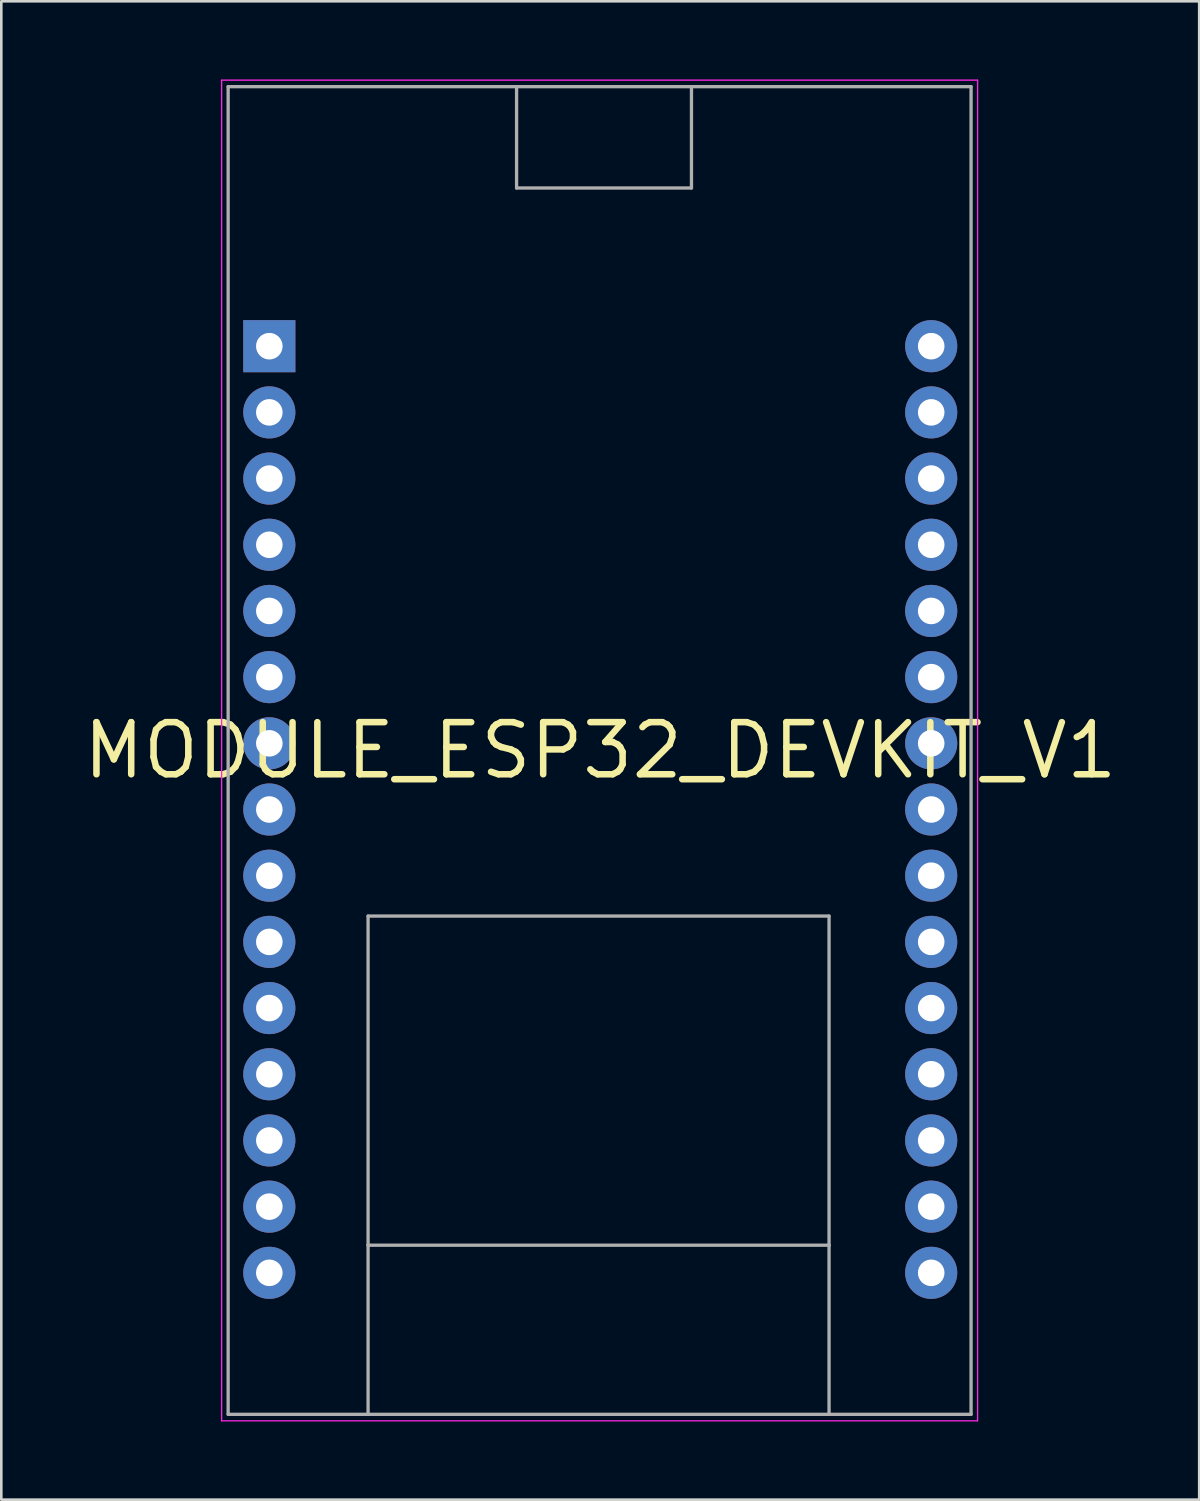
<source format=kicad_pcb>
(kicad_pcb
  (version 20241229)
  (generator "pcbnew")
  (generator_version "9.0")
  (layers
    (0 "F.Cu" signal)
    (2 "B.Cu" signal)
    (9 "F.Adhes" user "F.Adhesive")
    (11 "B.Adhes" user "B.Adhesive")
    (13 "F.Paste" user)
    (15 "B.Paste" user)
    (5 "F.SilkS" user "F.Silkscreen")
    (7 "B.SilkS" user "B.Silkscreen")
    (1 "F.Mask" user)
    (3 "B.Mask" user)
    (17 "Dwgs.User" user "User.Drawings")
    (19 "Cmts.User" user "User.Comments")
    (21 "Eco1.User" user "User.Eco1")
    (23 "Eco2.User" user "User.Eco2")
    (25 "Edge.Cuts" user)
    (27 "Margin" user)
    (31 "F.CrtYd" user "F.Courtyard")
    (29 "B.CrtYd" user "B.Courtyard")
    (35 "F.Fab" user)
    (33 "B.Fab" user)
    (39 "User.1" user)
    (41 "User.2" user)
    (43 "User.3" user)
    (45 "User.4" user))
  (footprint "MODULE_ESP32_DEVKIT_V1"
    (layer "F.Cu")
    (at 19.985 25.75)
    (property "Reference" "MODULE_ESP32_DEVKIT_V1" (at 0 0 180) (layer "F.SilkS") (effects (font (size 2 2) (thickness 0.25))))
    (attr through_hole)
    (fp_line (start -14.53 -25.725) (end -14.53 25.725) (stroke (width 0.05) (type solid)) (layer "F.CrtYd"))
    (fp_line (start -14.53 25.725) (end 14.48 25.725) (stroke (width 0.05) (type solid)) (layer "F.CrtYd"))
    (fp_line (start 14.48 -25.725) (end -14.53 -25.725) (stroke (width 0.05) (type solid)) (layer "F.CrtYd"))
    (fp_line (start 14.48 25.725) (end 14.48 -25.725) (stroke (width 0.05) (type solid)) (layer "F.CrtYd"))
    (fp_line (start -14.28 -25.475) (end -3.211 -25.475) (stroke (width 0.127) (type solid)) (layer "F.Fab"))
    (fp_line (start -14.28 25.475) (end -14.28 -25.475) (stroke (width 0.127) (type solid)) (layer "F.Fab"))
    (fp_line (start -14.28 25.475) (end -8.91 25.475) (stroke (width 0.127) (type solid)) (layer "F.Fab"))
    (fp_line (start -8.91 6.355) (end 8.78 6.355) (stroke (width 0.127) (type solid)) (layer "F.Fab"))
    (fp_line (start -8.91 18.985) (end -8.91 6.355) (stroke (width 0.127) (type solid)) (layer "F.Fab"))
    (fp_line (start -8.91 18.985) (end 8.78 18.985) (stroke (width 0.127) (type solid)) (layer "F.Fab"))
    (fp_line (start -8.91 25.475) (end -8.91 18.985) (stroke (width 0.127) (type solid)) (layer "F.Fab"))
    (fp_line (start -8.91 25.475) (end 8.78 25.475) (stroke (width 0.127) (type solid)) (layer "F.Fab"))
    (fp_line (start -3.211 -25.475) (end 3.5 -25.475) (stroke (width 0.127) (type solid)) (layer "F.Fab"))
    (fp_line (start -3.211 -21.585) (end -3.211 -25.475) (stroke (width 0.127) (type solid)) (layer "F.Fab"))
    (fp_line (start 3.5 -25.475) (end 3.5 -21.585) (stroke (width 0.127) (type solid)) (layer "F.Fab"))
    (fp_line (start 3.5 -25.475) (end 14.23 -25.475) (stroke (width 0.127) (type solid)) (layer "F.Fab"))
    (fp_line (start 3.5 -21.585) (end -3.211 -21.585) (stroke (width 0.127) (type solid)) (layer "F.Fab"))
    (fp_line (start 8.78 6.355) (end 8.78 18.985) (stroke (width 0.127) (type solid)) (layer "F.Fab"))
    (fp_line (start 8.78 18.985) (end 8.78 25.475) (stroke (width 0.127) (type solid)) (layer "F.Fab"))
    (fp_line (start 8.78 25.475) (end 14.23 25.475) (stroke (width 0.127) (type solid)) (layer "F.Fab"))
    (fp_line (start 14.23 -25.475) (end 14.23 25.475) (stroke (width 0.127) (type solid)) (layer "F.Fab"))
    (pad "1" thru_hole rect (at -12.7 -15.515) (size 2 2) (drill 1.02) (layers "*.Cu" "*.Mask"))
    (pad "2" thru_hole circle (at -12.7 -12.975) (size 2 2) (drill 1.02) (layers "*.Cu" "*.Mask"))
    (pad "3" thru_hole circle (at -12.7 -10.435) (size 2 2) (drill 1.02) (layers "*.Cu" "*.Mask"))
    (pad "4" thru_hole circle (at -12.7 -7.895) (size 2 2) (drill 1.02) (layers "*.Cu" "*.Mask"))
    (pad "5" thru_hole circle (at -12.7 -5.355) (size 2 2) (drill 1.02) (layers "*.Cu" "*.Mask"))
    (pad "6" thru_hole circle (at -12.7 -2.815) (size 2 2) (drill 1.02) (layers "*.Cu" "*.Mask"))
    (pad "7" thru_hole circle (at -12.7 -0.275) (size 2 2) (drill 1.02) (layers "*.Cu" "*.Mask"))
    (pad "8" thru_hole circle (at -12.7 2.265) (size 2 2) (drill 1.02) (layers "*.Cu" "*.Mask"))
    (pad "9" thru_hole circle (at -12.7 4.805) (size 2 2) (drill 1.02) (layers "*.Cu" "*.Mask"))
    (pad "10" thru_hole circle (at -12.7 7.345) (size 2 2) (drill 1.02) (layers "*.Cu" "*.Mask"))
    (pad "11" thru_hole circle (at -12.7 9.885) (size 2 2) (drill 1.02) (layers "*.Cu" "*.Mask"))
    (pad "12" thru_hole circle (at -12.7 12.425) (size 2 2) (drill 1.02) (layers "*.Cu" "*.Mask"))
    (pad "13" thru_hole circle (at -12.7 14.965) (size 2 2) (drill 1.02) (layers "*.Cu" "*.Mask"))
    (pad "14" thru_hole circle (at -12.7 17.505) (size 2 2) (drill 1.02) (layers "*.Cu" "*.Mask"))
    (pad "15" thru_hole circle (at -12.7 20.045) (size 2 2) (drill 1.02) (layers "*.Cu" "*.Mask"))
    (pad "16" thru_hole circle (at 12.7 20.045) (size 2 2) (drill 1.02) (layers "*.Cu" "*.Mask"))
    (pad "17" thru_hole circle (at 12.7 17.505) (size 2 2) (drill 1.02) (layers "*.Cu" "*.Mask"))
    (pad "18" thru_hole circle (at 12.7 14.965) (size 2 2) (drill 1.02) (layers "*.Cu" "*.Mask"))
    (pad "19" thru_hole circle (at 12.7 12.425) (size 2 2) (drill 1.02) (layers "*.Cu" "*.Mask"))
    (pad "20" thru_hole circle (at 12.7 9.885) (size 2 2) (drill 1.02) (layers "*.Cu" "*.Mask"))
    (pad "21" thru_hole circle (at 12.7 7.345) (size 2 2) (drill 1.02) (layers "*.Cu" "*.Mask"))
    (pad "22" thru_hole circle (at 12.7 4.805) (size 2 2) (drill 1.02) (layers "*.Cu" "*.Mask"))
    (pad "23" thru_hole circle (at 12.7 2.265) (size 2 2) (drill 1.02) (layers "*.Cu" "*.Mask"))
    (pad "24" thru_hole circle (at 12.7 -0.275) (size 2 2) (drill 1.02) (layers "*.Cu" "*.Mask"))
    (pad "25" thru_hole circle (at 12.7 -2.815) (size 2 2) (drill 1.02) (layers "*.Cu" "*.Mask"))
    (pad "26" thru_hole circle (at 12.7 -5.355) (size 2 2) (drill 1.02) (layers "*.Cu" "*.Mask"))
    (pad "27" thru_hole circle (at 12.7 -7.895) (size 2 2) (drill 1.02) (layers "*.Cu" "*.Mask"))
    (pad "28" thru_hole circle (at 12.7 -10.435) (size 2 2) (drill 1.02) (layers "*.Cu" "*.Mask"))
    (pad "29" thru_hole circle (at 12.7 -12.975) (size 2 2) (drill 1.02) (layers "*.Cu" "*.Mask"))
    (pad "30" thru_hole circle (at 12.7 -15.515) (size 2 2) (drill 1.02) (layers "*.Cu" "*.Mask")))
  (gr_rect
    (start -3 -3)
    (end 42.969 54.5)
    (stroke (width 0.1) (type default))
    (fill no)
    (layer "Edge.Cuts")))
</source>
